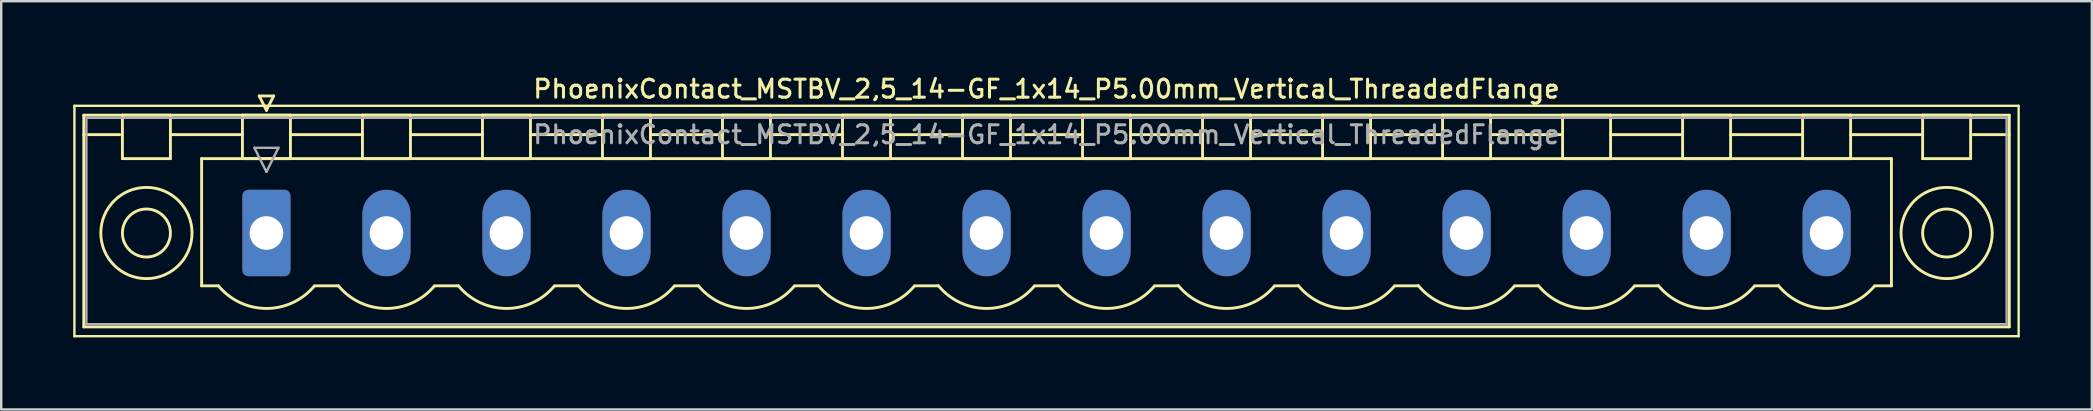
<source format=kicad_pcb>
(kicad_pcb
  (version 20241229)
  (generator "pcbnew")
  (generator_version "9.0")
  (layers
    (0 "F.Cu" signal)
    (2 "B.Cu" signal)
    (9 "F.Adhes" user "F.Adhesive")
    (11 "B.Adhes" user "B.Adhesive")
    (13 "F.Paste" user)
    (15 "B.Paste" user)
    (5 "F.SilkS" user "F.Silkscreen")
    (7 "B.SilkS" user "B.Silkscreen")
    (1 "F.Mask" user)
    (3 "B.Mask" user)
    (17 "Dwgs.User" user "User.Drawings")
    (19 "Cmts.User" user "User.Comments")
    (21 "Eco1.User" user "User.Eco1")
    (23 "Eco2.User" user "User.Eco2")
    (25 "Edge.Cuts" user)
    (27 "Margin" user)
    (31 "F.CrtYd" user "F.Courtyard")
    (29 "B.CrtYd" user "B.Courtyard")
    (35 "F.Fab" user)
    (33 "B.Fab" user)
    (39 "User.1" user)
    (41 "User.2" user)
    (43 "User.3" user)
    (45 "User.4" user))
  (footprint "PhoenixContact_MSTBV_2,5_14-GF_1x14_P5.00mm_Vertical_ThreadedFlange"
    (layer "F.Cu")
    (at 8.05 6.658)
    (property "Reference" "PhoenixContact_MSTBV_2,5_14-GF_1x14_P5.00mm_Vertical_ThreadedFlange" (at 32.5 -6 0) (layer "F.SilkS") (effects (font (size 0.75 0.75) (thickness 0.125))))
    (attr through_hole)
    (fp_line (start -8 -5.3) (end -8 4.3) (stroke (width 0.1) (type solid)) (layer "F.SilkS"))
    (fp_line (start -8 4.3) (end 73 4.3) (stroke (width 0.1) (type solid)) (layer "F.SilkS"))
    (fp_line (start -7.61 -4.91) (end -7.61 3.91) (stroke (width 0.12) (type solid)) (layer "F.SilkS"))
    (fp_line (start -7.61 -4.1) (end -6.11 -4.1) (stroke (width 0.12) (type solid)) (layer "F.SilkS"))
    (fp_line (start -7.61 3.91) (end 72.61 3.91) (stroke (width 0.12) (type solid)) (layer "F.SilkS"))
    (fp_line (start -6 -4.91) (end -4 -4.91) (stroke (width 0.12) (type solid)) (layer "F.SilkS"))
    (fp_line (start -6 -3.1) (end -6 -4.91) (stroke (width 0.12) (type solid)) (layer "F.SilkS"))
    (fp_line (start -4 -4.91) (end -4 -3.1) (stroke (width 0.12) (type solid)) (layer "F.SilkS"))
    (fp_line (start -4 -4.1) (end -1 -4.1) (stroke (width 0.12) (type solid)) (layer "F.SilkS"))
    (fp_line (start -4 -3.1) (end -6 -3.1) (stroke (width 0.12) (type solid)) (layer "F.SilkS"))
    (fp_line (start -2.7 -3.1) (end 67.7 -3.1) (stroke (width 0.12) (type solid)) (layer "F.SilkS"))
    (fp_line (start -2.7 2.2) (end -2.7 -3.1) (stroke (width 0.12) (type solid)) (layer "F.SilkS"))
    (fp_line (start -2 2.2) (end -2.7 2.2) (stroke (width 0.12) (type solid)) (layer "F.SilkS"))
    (fp_line (start -1 -4.91) (end 1 -4.91) (stroke (width 0.12) (type solid)) (layer "F.SilkS"))
    (fp_line (start -1 -3.1) (end -1 -4.91) (stroke (width 0.12) (type solid)) (layer "F.SilkS"))
    (fp_line (start -0.3 -5.71) (end 0.3 -5.71) (stroke (width 0.12) (type solid)) (layer "F.SilkS"))
    (fp_line (start 0 -5.11) (end -0.3 -5.71) (stroke (width 0.12) (type solid)) (layer "F.SilkS"))
    (fp_line (start 0.3 -5.71) (end 0 -5.11) (stroke (width 0.12) (type solid)) (layer "F.SilkS"))
    (fp_line (start 1 -4.91) (end 1 -3.1) (stroke (width 0.12) (type solid)) (layer "F.SilkS"))
    (fp_line (start 1 -4.1) (end 4 -4.1) (stroke (width 0.12) (type solid)) (layer "F.SilkS"))
    (fp_line (start 1 -3.1) (end -1 -3.1) (stroke (width 0.12) (type solid)) (layer "F.SilkS"))
    (fp_line (start 2 2.2) (end 3 2.2) (stroke (width 0.12) (type solid)) (layer "F.SilkS"))
    (fp_line (start 4 -4.91) (end 6 -4.91) (stroke (width 0.12) (type solid)) (layer "F.SilkS"))
    (fp_line (start 4 -3.1) (end 4 -4.91) (stroke (width 0.12) (type solid)) (layer "F.SilkS"))
    (fp_line (start 6 -4.91) (end 6 -3.1) (stroke (width 0.12) (type solid)) (layer "F.SilkS"))
    (fp_line (start 6 -4.1) (end 9 -4.1) (stroke (width 0.12) (type solid)) (layer "F.SilkS"))
    (fp_line (start 6 -3.1) (end 4 -3.1) (stroke (width 0.12) (type solid)) (layer "F.SilkS"))
    (fp_line (start 7 2.2) (end 8 2.2) (stroke (width 0.12) (type solid)) (layer "F.SilkS"))
    (fp_line (start 9 -4.91) (end 11 -4.91) (stroke (width 0.12) (type solid)) (layer "F.SilkS"))
    (fp_line (start 9 -3.1) (end 9 -4.91) (stroke (width 0.12) (type solid)) (layer "F.SilkS"))
    (fp_line (start 11 -4.91) (end 11 -3.1) (stroke (width 0.12) (type solid)) (layer "F.SilkS"))
    (fp_line (start 11 -4.1) (end 14 -4.1) (stroke (width 0.12) (type solid)) (layer "F.SilkS"))
    (fp_line (start 11 -3.1) (end 9 -3.1) (stroke (width 0.12) (type solid)) (layer "F.SilkS"))
    (fp_line (start 12 2.2) (end 13 2.2) (stroke (width 0.12) (type solid)) (layer "F.SilkS"))
    (fp_line (start 14 -4.91) (end 16 -4.91) (stroke (width 0.12) (type solid)) (layer "F.SilkS"))
    (fp_line (start 14 -3.1) (end 14 -4.91) (stroke (width 0.12) (type solid)) (layer "F.SilkS"))
    (fp_line (start 16 -4.91) (end 16 -3.1) (stroke (width 0.12) (type solid)) (layer "F.SilkS"))
    (fp_line (start 16 -4.1) (end 19 -4.1) (stroke (width 0.12) (type solid)) (layer "F.SilkS"))
    (fp_line (start 16 -3.1) (end 14 -3.1) (stroke (width 0.12) (type solid)) (layer "F.SilkS"))
    (fp_line (start 17 2.2) (end 18 2.2) (stroke (width 0.12) (type solid)) (layer "F.SilkS"))
    (fp_line (start 19 -4.91) (end 21 -4.91) (stroke (width 0.12) (type solid)) (layer "F.SilkS"))
    (fp_line (start 19 -3.1) (end 19 -4.91) (stroke (width 0.12) (type solid)) (layer "F.SilkS"))
    (fp_line (start 21 -4.91) (end 21 -3.1) (stroke (width 0.12) (type solid)) (layer "F.SilkS"))
    (fp_line (start 21 -4.1) (end 24 -4.1) (stroke (width 0.12) (type solid)) (layer "F.SilkS"))
    (fp_line (start 21 -3.1) (end 19 -3.1) (stroke (width 0.12) (type solid)) (layer "F.SilkS"))
    (fp_line (start 22 2.2) (end 23 2.2) (stroke (width 0.12) (type solid)) (layer "F.SilkS"))
    (fp_line (start 24 -4.91) (end 26 -4.91) (stroke (width 0.12) (type solid)) (layer "F.SilkS"))
    (fp_line (start 24 -3.1) (end 24 -4.91) (stroke (width 0.12) (type solid)) (layer "F.SilkS"))
    (fp_line (start 26 -4.91) (end 26 -3.1) (stroke (width 0.12) (type solid)) (layer "F.SilkS"))
    (fp_line (start 26 -4.1) (end 29 -4.1) (stroke (width 0.12) (type solid)) (layer "F.SilkS"))
    (fp_line (start 26 -3.1) (end 24 -3.1) (stroke (width 0.12) (type solid)) (layer "F.SilkS"))
    (fp_line (start 27 2.2) (end 28 2.2) (stroke (width 0.12) (type solid)) (layer "F.SilkS"))
    (fp_line (start 29 -4.91) (end 31 -4.91) (stroke (width 0.12) (type solid)) (layer "F.SilkS"))
    (fp_line (start 29 -3.1) (end 29 -4.91) (stroke (width 0.12) (type solid)) (layer "F.SilkS"))
    (fp_line (start 31 -4.91) (end 31 -3.1) (stroke (width 0.12) (type solid)) (layer "F.SilkS"))
    (fp_line (start 31 -4.1) (end 34 -4.1) (stroke (width 0.12) (type solid)) (layer "F.SilkS"))
    (fp_line (start 31 -3.1) (end 29 -3.1) (stroke (width 0.12) (type solid)) (layer "F.SilkS"))
    (fp_line (start 32 2.2) (end 33 2.2) (stroke (width 0.12) (type solid)) (layer "F.SilkS"))
    (fp_line (start 34 -4.91) (end 36 -4.91) (stroke (width 0.12) (type solid)) (layer "F.SilkS"))
    (fp_line (start 34 -3.1) (end 34 -4.91) (stroke (width 0.12) (type solid)) (layer "F.SilkS"))
    (fp_line (start 36 -4.91) (end 36 -3.1) (stroke (width 0.12) (type solid)) (layer "F.SilkS"))
    (fp_line (start 36 -4.1) (end 39 -4.1) (stroke (width 0.12) (type solid)) (layer "F.SilkS"))
    (fp_line (start 36 -3.1) (end 34 -3.1) (stroke (width 0.12) (type solid)) (layer "F.SilkS"))
    (fp_line (start 37 2.2) (end 38 2.2) (stroke (width 0.12) (type solid)) (layer "F.SilkS"))
    (fp_line (start 39 -4.91) (end 41 -4.91) (stroke (width 0.12) (type solid)) (layer "F.SilkS"))
    (fp_line (start 39 -3.1) (end 39 -4.91) (stroke (width 0.12) (type solid)) (layer "F.SilkS"))
    (fp_line (start 41 -4.91) (end 41 -3.1) (stroke (width 0.12) (type solid)) (layer "F.SilkS"))
    (fp_line (start 41 -4.1) (end 44 -4.1) (stroke (width 0.12) (type solid)) (layer "F.SilkS"))
    (fp_line (start 41 -3.1) (end 39 -3.1) (stroke (width 0.12) (type solid)) (layer "F.SilkS"))
    (fp_line (start 42 2.2) (end 43 2.2) (stroke (width 0.12) (type solid)) (layer "F.SilkS"))
    (fp_line (start 44 -4.91) (end 46 -4.91) (stroke (width 0.12) (type solid)) (layer "F.SilkS"))
    (fp_line (start 44 -3.1) (end 44 -4.91) (stroke (width 0.12) (type solid)) (layer "F.SilkS"))
    (fp_line (start 46 -4.91) (end 46 -3.1) (stroke (width 0.12) (type solid)) (layer "F.SilkS"))
    (fp_line (start 46 -4.1) (end 49 -4.1) (stroke (width 0.12) (type solid)) (layer "F.SilkS"))
    (fp_line (start 46 -3.1) (end 44 -3.1) (stroke (width 0.12) (type solid)) (layer "F.SilkS"))
    (fp_line (start 47 2.2) (end 48 2.2) (stroke (width 0.12) (type solid)) (layer "F.SilkS"))
    (fp_line (start 49 -4.91) (end 51 -4.91) (stroke (width 0.12) (type solid)) (layer "F.SilkS"))
    (fp_line (start 49 -3.1) (end 49 -4.91) (stroke (width 0.12) (type solid)) (layer "F.SilkS"))
    (fp_line (start 51 -4.91) (end 51 -3.1) (stroke (width 0.12) (type solid)) (layer "F.SilkS"))
    (fp_line (start 51 -4.1) (end 54 -4.1) (stroke (width 0.12) (type solid)) (layer "F.SilkS"))
    (fp_line (start 51 -3.1) (end 49 -3.1) (stroke (width 0.12) (type solid)) (layer "F.SilkS"))
    (fp_line (start 52 2.2) (end 53 2.2) (stroke (width 0.12) (type solid)) (layer "F.SilkS"))
    (fp_line (start 54 -4.91) (end 56 -4.91) (stroke (width 0.12) (type solid)) (layer "F.SilkS"))
    (fp_line (start 54 -3.1) (end 54 -4.91) (stroke (width 0.12) (type solid)) (layer "F.SilkS"))
    (fp_line (start 56 -4.91) (end 56 -3.1) (stroke (width 0.12) (type solid)) (layer "F.SilkS"))
    (fp_line (start 56 -4.1) (end 59 -4.1) (stroke (width 0.12) (type solid)) (layer "F.SilkS"))
    (fp_line (start 56 -3.1) (end 54 -3.1) (stroke (width 0.12) (type solid)) (layer "F.SilkS"))
    (fp_line (start 57 2.2) (end 58 2.2) (stroke (width 0.12) (type solid)) (layer "F.SilkS"))
    (fp_line (start 59 -4.91) (end 61 -4.91) (stroke (width 0.12) (type solid)) (layer "F.SilkS"))
    (fp_line (start 59 -3.1) (end 59 -4.91) (stroke (width 0.12) (type solid)) (layer "F.SilkS"))
    (fp_line (start 61 -4.91) (end 61 -3.1) (stroke (width 0.12) (type solid)) (layer "F.SilkS"))
    (fp_line (start 61 -4.1) (end 64 -4.1) (stroke (width 0.12) (type solid)) (layer "F.SilkS"))
    (fp_line (start 61 -3.1) (end 59 -3.1) (stroke (width 0.12) (type solid)) (layer "F.SilkS"))
    (fp_line (start 62 2.2) (end 63 2.2) (stroke (width 0.12) (type solid)) (layer "F.SilkS"))
    (fp_line (start 64 -4.91) (end 66 -4.91) (stroke (width 0.12) (type solid)) (layer "F.SilkS"))
    (fp_line (start 64 -3.1) (end 64 -4.91) (stroke (width 0.12) (type solid)) (layer "F.SilkS"))
    (fp_line (start 66 -4.91) (end 66 -3.1) (stroke (width 0.12) (type solid)) (layer "F.SilkS"))
    (fp_line (start 66 -4.1) (end 69 -4.1) (stroke (width 0.12) (type solid)) (layer "F.SilkS"))
    (fp_line (start 66 -3.1) (end 64 -3.1) (stroke (width 0.12) (type solid)) (layer "F.SilkS"))
    (fp_line (start 67.7 -3.1) (end 67.7 2.2) (stroke (width 0.12) (type solid)) (layer "F.SilkS"))
    (fp_line (start 67.7 2.2) (end 67 2.2) (stroke (width 0.12) (type solid)) (layer "F.SilkS"))
    (fp_line (start 69 -4.91) (end 71 -4.91) (stroke (width 0.12) (type solid)) (layer "F.SilkS"))
    (fp_line (start 69 -3.1) (end 69 -4.91) (stroke (width 0.12) (type solid)) (layer "F.SilkS"))
    (fp_line (start 71 -4.91) (end 71 -3.1) (stroke (width 0.12) (type solid)) (layer "F.SilkS"))
    (fp_line (start 71 -3.1) (end 69 -3.1) (stroke (width 0.12) (type solid)) (layer "F.SilkS"))
    (fp_line (start 72.61 -4.91) (end -7.61 -4.91) (stroke (width 0.12) (type solid)) (layer "F.SilkS"))
    (fp_line (start 72.61 -4.1) (end 71.11 -4.1) (stroke (width 0.12) (type solid)) (layer "F.SilkS"))
    (fp_line (start 72.61 3.91) (end 72.61 -4.91) (stroke (width 0.12) (type solid)) (layer "F.SilkS"))
    (fp_line (start 73 -5.3) (end -8 -5.3) (stroke (width 0.1) (type solid)) (layer "F.SilkS"))
    (fp_line (start 73 4.3) (end 73 -5.3) (stroke (width 0.1) (type solid)) (layer "F.SilkS"))
    (fp_arc (start 1.986842 2.215821) (mid -0.010289 3.142758) (end -2 2.2) (stroke (width 0.12) (type solid)) (layer "F.SilkS"))
    (fp_arc (start 6.986842 2.215821) (mid 4.989711 3.142758) (end 3 2.2) (stroke (width 0.12) (type solid)) (layer "F.SilkS"))
    (fp_arc (start 11.986842 2.215821) (mid 9.989711 3.142758) (end 8 2.2) (stroke (width 0.12) (type solid)) (layer "F.SilkS"))
    (fp_arc (start 16.986842 2.215821) (mid 14.989711 3.142758) (end 13 2.2) (stroke (width 0.12) (type solid)) (layer "F.SilkS"))
    (fp_arc (start 21.986842 2.215821) (mid 19.989711 3.142758) (end 18 2.2) (stroke (width 0.12) (type solid)) (layer "F.SilkS"))
    (fp_arc (start 26.986842 2.215821) (mid 24.989711 3.142758) (end 23 2.2) (stroke (width 0.12) (type solid)) (layer "F.SilkS"))
    (fp_arc (start 31.986842 2.215821) (mid 29.989711 3.142758) (end 28 2.2) (stroke (width 0.12) (type solid)) (layer "F.SilkS"))
    (fp_arc (start 36.986842 2.215821) (mid 34.989711 3.142758) (end 33 2.2) (stroke (width 0.12) (type solid)) (layer "F.SilkS"))
    (fp_arc (start 41.986842 2.215821) (mid 39.989711 3.142758) (end 38 2.2) (stroke (width 0.12) (type solid)) (layer "F.SilkS"))
    (fp_arc (start 46.986842 2.215821) (mid 44.989711 3.142758) (end 43 2.2) (stroke (width 0.12) (type solid)) (layer "F.SilkS"))
    (fp_arc (start 51.986842 2.215821) (mid 49.989711 3.142758) (end 48 2.2) (stroke (width 0.12) (type solid)) (layer "F.SilkS"))
    (fp_arc (start 56.986842 2.215821) (mid 54.989711 3.142758) (end 53 2.2) (stroke (width 0.12) (type solid)) (layer "F.SilkS"))
    (fp_arc (start 61.986842 2.215821) (mid 59.989711 3.142758) (end 58 2.2) (stroke (width 0.12) (type solid)) (layer "F.SilkS"))
    (fp_arc (start 66.986842 2.215821) (mid 64.989711 3.142758) (end 63 2.2) (stroke (width 0.12) (type solid)) (layer "F.SilkS"))
    (fp_circle (center -5 0) (end -4 0) (stroke (width 0.12) (type solid)) (fill no) (layer "F.SilkS"))
    (fp_circle (center -5 0) (end -3.1 0) (stroke (width 0.12) (type solid)) (fill no) (layer "F.SilkS"))
    (fp_circle (center 70 0) (end 71 0) (stroke (width 0.12) (type solid)) (fill no) (layer "F.SilkS"))
    (fp_circle (center 70 0) (end 71.9 0) (stroke (width 0.12) (type solid)) (fill no) (layer "F.SilkS"))
    (fp_line (start -7.5 -4.8) (end -7.5 3.8) (stroke (width 0.1) (type solid)) (layer "F.Fab"))
    (fp_line (start -7.5 3.8) (end 72.5 3.8) (stroke (width 0.1) (type solid)) (layer "F.Fab"))
    (fp_line (start -0.5 -3.55) (end 0.5 -3.55) (stroke (width 0.1) (type solid)) (layer "F.Fab"))
    (fp_line (start 0 -2.55) (end -0.5 -3.55) (stroke (width 0.1) (type solid)) (layer "F.Fab"))
    (fp_line (start 0.5 -3.55) (end 0 -2.55) (stroke (width 0.1) (type solid)) (layer "F.Fab"))
    (fp_line (start 72.5 -4.8) (end -7.5 -4.8) (stroke (width 0.1) (type solid)) (layer "F.Fab"))
    (fp_line (start 72.5 3.8) (end 72.5 -4.8) (stroke (width 0.1) (type solid)) (layer "F.Fab"))
    (fp_text user "${REFERENCE}" (at 32.5 -4.1 0) (layer "F.Fab") (effects (font (size 0.75 0.75) (thickness 0.125))))
    (pad "1" thru_hole roundrect (at 0 0) (size 2 3.6) (drill 1.4) (layers "*.Cu" "*.Mask") (roundrect_rratio 0.125))
    (pad "2" thru_hole oval (at 5 0) (size 2 3.6) (drill 1.4) (layers "*.Cu" "*.Mask"))
    (pad "3" thru_hole oval (at 10 0) (size 2 3.6) (drill 1.4) (layers "*.Cu" "*.Mask"))
    (pad "4" thru_hole oval (at 15 0) (size 2 3.6) (drill 1.4) (layers "*.Cu" "*.Mask"))
    (pad "5" thru_hole oval (at 20 0) (size 2 3.6) (drill 1.4) (layers "*.Cu" "*.Mask"))
    (pad "6" thru_hole oval (at 25 0) (size 2 3.6) (drill 1.4) (layers "*.Cu" "*.Mask"))
    (pad "7" thru_hole oval (at 30 0) (size 2 3.6) (drill 1.4) (layers "*.Cu" "*.Mask"))
    (pad "8" thru_hole oval (at 35 0) (size 2 3.6) (drill 1.4) (layers "*.Cu" "*.Mask"))
    (pad "9" thru_hole oval (at 40 0) (size 2 3.6) (drill 1.4) (layers "*.Cu" "*.Mask"))
    (pad "10" thru_hole oval (at 45 0) (size 2 3.6) (drill 1.4) (layers "*.Cu" "*.Mask"))
    (pad "11" thru_hole oval (at 50 0) (size 2 3.6) (drill 1.4) (layers "*.Cu" "*.Mask"))
    (pad "12" thru_hole oval (at 55 0) (size 2 3.6) (drill 1.4) (layers "*.Cu" "*.Mask"))
    (pad "13" thru_hole oval (at 60 0) (size 2 3.6) (drill 1.4) (layers "*.Cu" "*.Mask"))
    (pad "14" thru_hole oval (at 65 0) (size 2 3.6) (drill 1.4) (layers "*.Cu" "*.Mask")))
  (gr_rect
    (start -3 -3)
    (end 84.1 14.008)
    (stroke (width 0.1) (type default))
    (fill no)
    (layer "Edge.Cuts")))
</source>
